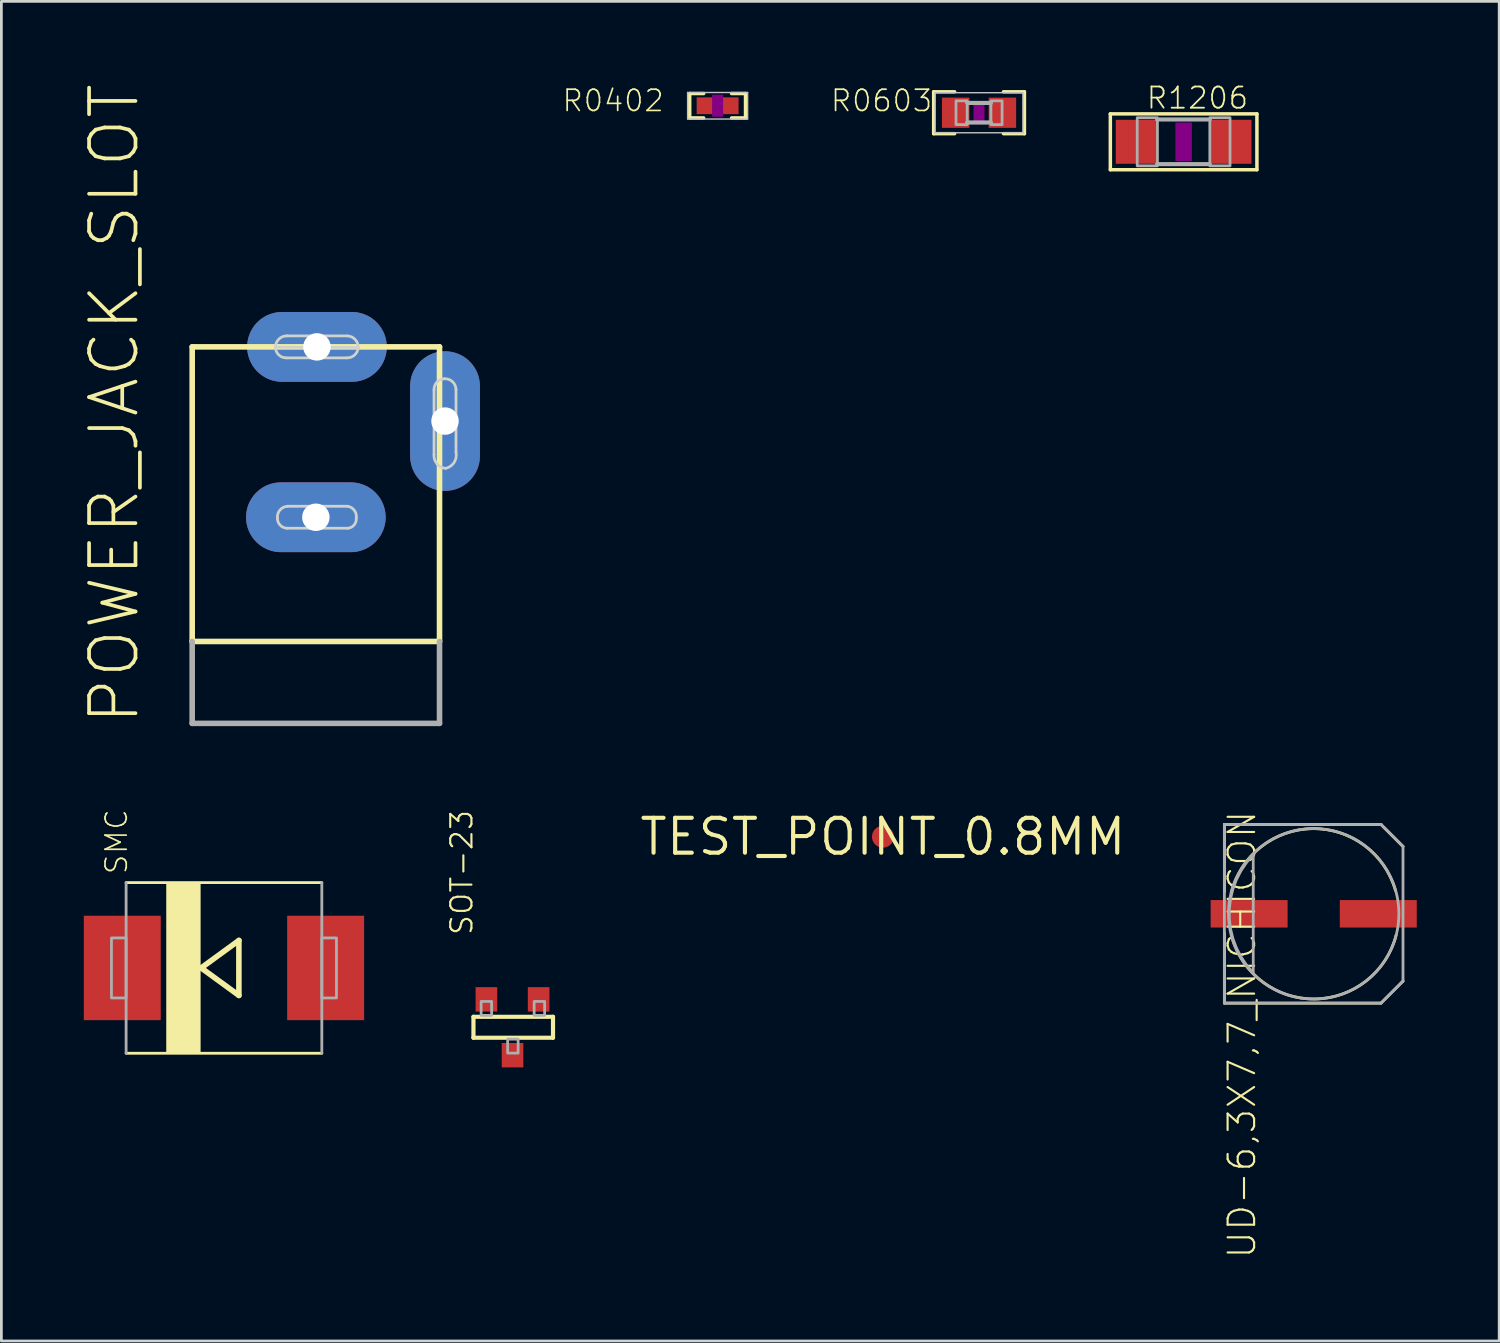
<source format=kicad_pcb>
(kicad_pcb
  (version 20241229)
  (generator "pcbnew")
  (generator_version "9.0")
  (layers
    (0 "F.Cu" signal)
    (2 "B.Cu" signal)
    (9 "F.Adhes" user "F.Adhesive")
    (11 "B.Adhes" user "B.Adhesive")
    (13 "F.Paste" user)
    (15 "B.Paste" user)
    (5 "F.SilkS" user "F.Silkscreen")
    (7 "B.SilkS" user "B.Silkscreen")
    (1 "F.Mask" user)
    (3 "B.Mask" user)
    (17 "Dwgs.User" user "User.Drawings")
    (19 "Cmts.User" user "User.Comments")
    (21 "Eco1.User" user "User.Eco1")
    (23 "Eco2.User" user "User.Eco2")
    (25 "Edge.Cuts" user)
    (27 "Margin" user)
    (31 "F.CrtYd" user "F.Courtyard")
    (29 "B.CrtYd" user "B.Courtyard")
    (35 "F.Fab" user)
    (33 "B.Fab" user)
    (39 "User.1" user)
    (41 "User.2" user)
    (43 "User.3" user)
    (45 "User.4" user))
  (footprint "R0603"
    (layer "F.Cu")
    (at 32.577 1.052)
    (property "Reference" "R0603" (at -1.651 -0.889 180) (layer "F.SilkS") (effects (font (size 0.772 0.772) (thickness 0.062)) (justify right top)))
    (attr through_hole)
    (fp_line (start -1.651 -0.762) (end -1.651 0.762) (stroke (width 0.127) (type solid)) (layer "F.SilkS"))
    (fp_line (start -1.651 0.762) (end -0.889 0.762) (stroke (width 0.127) (type solid)) (layer "F.SilkS"))
    (fp_line (start -0.889 -0.762) (end -1.651 -0.762) (stroke (width 0.127) (type solid)) (layer "F.SilkS"))
    (fp_line (start 0.889 -0.762) (end 1.651 -0.762) (stroke (width 0.127) (type solid)) (layer "F.SilkS"))
    (fp_line (start 1.651 -0.762) (end 1.651 0.762) (stroke (width 0.127) (type solid)) (layer "F.SilkS"))
    (fp_line (start 1.651 0.762) (end 0.889 0.762) (stroke (width 0.127) (type solid)) (layer "F.SilkS"))
    (fp_poly (pts (xy -0.2 0.4) (xy 0.2 0.4) (xy 0.2 -0.4) (xy -0.2 -0.4)) (stroke (width 0) (type solid)) (fill yes) (layer "F.Adhes"))
    (fp_line (start -1.6 -0.729) (end 1.6 -0.729) (stroke (width 0.051) (type solid)) (layer "Dwgs.User"))
    (fp_line (start -1.6 0.729) (end -1.6 -0.729) (stroke (width 0.051) (type solid)) (layer "Dwgs.User"))
    (fp_line (start 1.6 -0.729) (end 1.6 0.729) (stroke (width 0.051) (type solid)) (layer "Dwgs.User"))
    (fp_line (start 1.6 0.729) (end -1.6 0.729) (stroke (width 0.051) (type solid)) (layer "Dwgs.User"))
    (fp_line (start -0.432 0.356) (end 0.432 0.356) (stroke (width 0.152) (type solid)) (layer "F.Fab"))
    (fp_line (start 0.432 -0.356) (end -0.432 -0.356) (stroke (width 0.152) (type solid)) (layer "F.Fab"))
    (fp_poly (pts (xy -0.838 0.432) (xy -0.432 0.432) (xy -0.432 -0.432) (xy -0.838 -0.432)) (stroke (width 0.1) (type solid)) (fill no) (layer "F.Fab"))
    (fp_poly (pts (xy 0.432 0.432) (xy 0.838 0.432) (xy 0.838 -0.432) (xy 0.432 -0.432)) (stroke (width 0.1) (type solid)) (fill no) (layer "F.Fab"))
    (pad "1" smd rect (at -0.85 0) (size 1 1.1) (layers "F.Cu" "F.Mask" "F.Paste"))
    (pad "2" smd rect (at 0.85 0) (size 1 1.1) (layers "F.Cu" "F.Mask" "F.Paste")))
  (footprint "SOT-23"
    (layer "F.Cu")
    (at 15.601 34.332)
    (property "Reference" "SOT-23" (at -1.397 -3.302 90) (layer "F.SilkS") (effects (font (size 0.772 0.772) (thickness 0.077)) (justify left bottom)))
    (attr through_hole)
    (fp_line (start -1.422 -0.381) (end 1.473 -0.381) (stroke (width 0.152) (type solid)) (layer "F.SilkS"))
    (fp_line (start -1.422 0.381) (end -1.422 -0.381) (stroke (width 0.152) (type solid)) (layer "F.SilkS"))
    (fp_line (start 1.473 -0.381) (end 1.473 0.381) (stroke (width 0.152) (type solid)) (layer "F.SilkS"))
    (fp_line (start 1.473 0.381) (end -1.422 0.381) (stroke (width 0.152) (type solid)) (layer "F.SilkS"))
    (fp_poly (pts (xy -1.143 -0.432) (xy -0.762 -0.432) (xy -0.762 -0.94) (xy -1.143 -0.94)) (stroke (width 0.1) (type solid)) (fill no) (layer "F.Fab"))
    (fp_poly (pts (xy -0.178 0.94) (xy 0.203 0.94) (xy 0.203 0.432) (xy -0.178 0.432)) (stroke (width 0.1) (type solid)) (fill no) (layer "F.Fab"))
    (fp_poly (pts (xy 0.787 -0.432) (xy 1.168 -0.432) (xy 1.168 -0.94) (xy 0.787 -0.94)) (stroke (width 0.1) (type solid)) (fill no) (layer "F.Fab"))
    (pad "1" smd rect (at 0 1.016) (size 0.787 0.889) (layers "F.Cu" "F.Mask" "F.Paste"))
    (pad "2" smd rect (at -0.95 -1.016) (size 0.787 0.889) (layers "F.Cu" "F.Mask" "F.Paste"))
    (pad "3" smd rect (at 0.95 -1.016) (size 0.787 0.889) (layers "F.Cu" "F.Mask" "F.Paste")))
  (footprint "TEST_POINT_0.8MM"
    (layer "F.Cu")
    (at 29.078 27.399)
    (property "Reference" "TEST_POINT_0.8MM" (at 0 0 0) (layer "F.SilkS") (effects (font (size 1.27 1.27) (thickness 0.15))))
    (attr through_hole)
    (pad "P$1" smd roundrect (at 0 0) (size 0.8 0.8) (layers "F.Cu" "F.Mask") (roundrect_rratio 0.5)))
  (footprint "R1206"
    (layer "F.Cu")
    (at 40.022 2.11)
    (property "Reference" "R1206" (at -1.397 -1.143 0) (layer "F.SilkS") (effects (font (size 0.772 0.772) (thickness 0.065)) (justify left bottom)))
    (attr through_hole)
    (fp_line (start -2.667 -1.016) (end 2.667 -1.016) (stroke (width 0.127) (type solid)) (layer "F.SilkS"))
    (fp_line (start -2.667 1.016) (end -2.667 -1.016) (stroke (width 0.127) (type solid)) (layer "F.SilkS"))
    (fp_line (start 2.667 -1.016) (end 2.667 1.016) (stroke (width 0.127) (type solid)) (layer "F.SilkS"))
    (fp_line (start 2.667 1.016) (end -2.667 1.016) (stroke (width 0.127) (type solid)) (layer "F.SilkS"))
    (fp_poly (pts (xy -0.3 0.7) (xy 0.3 0.7) (xy 0.3 -0.7) (xy -0.3 -0.7)) (stroke (width 0) (type solid)) (fill yes) (layer "F.Adhes"))
    (fp_line (start 0.953 -0.813) (end -0.965 -0.813) (stroke (width 0.152) (type solid)) (layer "F.Fab"))
    (fp_line (start 0.953 0.813) (end -0.965 0.813) (stroke (width 0.152) (type solid)) (layer "F.Fab"))
    (fp_poly (pts (xy -1.689 0.876) (xy -0.953 0.876) (xy -0.953 -0.876) (xy -1.689 -0.876)) (stroke (width 0.1) (type solid)) (fill no) (layer "F.Fab"))
    (fp_poly (pts (xy 0.953 0.876) (xy 1.689 0.876) (xy 1.689 -0.876) (xy 0.953 -0.876)) (stroke (width 0.1) (type solid)) (fill no) (layer "F.Fab"))
    (pad "1" smd rect (at -1.71 0) (size 1.52 1.6) (layers "F.Cu" "F.Mask" "F.Paste"))
    (pad "2" smd rect (at 1.71 0) (size 1.52 1.6) (layers "F.Cu" "F.Mask" "F.Paste")))
  (footprint "R0402"
    (layer "F.Cu")
    (at 23.064 0.798)
    (property "Reference" "R0402" (at -1.905 -0.635 0) (layer "F.SilkS") (effects (font (size 0.772 0.772) (thickness 0.062)) (justify right top)))
    (attr through_hole)
    (fp_line (start -1.016 -0.445) (end -1.016 0.445) (stroke (width 0.127) (type solid)) (layer "F.SilkS"))
    (fp_line (start -1.016 0.445) (end -0.508 0.445) (stroke (width 0.127) (type solid)) (layer "F.SilkS"))
    (fp_line (start -0.508 -0.445) (end -1.016 -0.445) (stroke (width 0.127) (type solid)) (layer "F.SilkS"))
    (fp_line (start 0.508 0.445) (end 1.016 0.445) (stroke (width 0.127) (type solid)) (layer "F.SilkS"))
    (fp_line (start 1.016 -0.445) (end 0.508 -0.445) (stroke (width 0.127) (type solid)) (layer "F.SilkS"))
    (fp_line (start 1.016 0.445) (end 1.016 -0.445) (stroke (width 0.127) (type solid)) (layer "F.SilkS"))
    (fp_poly (pts (xy -0.2 0.4) (xy 0.2 0.4) (xy 0.2 -0.4) (xy -0.2 -0.4)) (stroke (width 0) (type solid)) (fill yes) (layer "F.Adhes"))
    (fp_line (start -1.092 -0.483) (end 1.092 -0.483) (stroke (width 0.051) (type solid)) (layer "Dwgs.User"))
    (fp_line (start -1.092 0.483) (end -1.092 -0.483) (stroke (width 0.051) (type solid)) (layer "Dwgs.User"))
    (fp_line (start 1.092 -0.483) (end 1.092 0.483) (stroke (width 0.051) (type solid)) (layer "Dwgs.User"))
    (fp_line (start 1.092 0.483) (end -1.092 0.483) (stroke (width 0.051) (type solid)) (layer "Dwgs.User"))
    (pad "1" smd rect (at -0.457 0) (size 0.61 0.61) (layers "F.Cu" "F.Mask" "F.Paste"))
    (pad "2" smd rect (at 0.457 0) (size 0.61 0.61) (layers "F.Cu" "F.Mask" "F.Paste")))
  (footprint "SMC"
    (layer "F.Cu")
    (at 5.1 32.173)
    (property "Reference" "SMC" (at -3.459 -3.359 90) (layer "F.SilkS") (effects (font (size 0.772 0.772) (thickness 0.062)) (justify left bottom)))
    (attr through_hole)
    (fp_line (start -3.561 -3.105) (end 3.561 -3.105) (stroke (width 0.102) (type solid)) (layer "F.SilkS"))
    (fp_line (start -3.561 3.105) (end 3.561 3.105) (stroke (width 0.102) (type solid)) (layer "F.SilkS"))
    (fp_line (start -0.83 0) (end 0.543 1) (stroke (width 0.203) (type solid)) (layer "F.SilkS"))
    (fp_line (start 0.543 -1) (end -0.83 0) (stroke (width 0.203) (type solid)) (layer "F.SilkS"))
    (fp_line (start 0.543 1) (end 0.543 -1) (stroke (width 0.203) (type solid)) (layer "F.SilkS"))
    (fp_poly (pts (xy -2.1 3.1) (xy -0.85 3.1) (xy -0.85 -3.1) (xy -2.1 -3.1)) (stroke (width 0) (type solid)) (fill yes) (layer "F.SilkS"))
    (fp_line (start -3.561 3.105) (end -3.561 -3.105) (stroke (width 0.102) (type solid)) (layer "F.Fab"))
    (fp_line (start 3.561 3.105) (end 3.561 -3.105) (stroke (width 0.102) (type solid)) (layer "F.Fab"))
    (fp_poly (pts (xy -4.094 1.092) (xy -3.561 1.092) (xy -3.561 -1.092) (xy -4.094 -1.092)) (stroke (width 0.1) (type solid)) (fill no) (layer "F.Fab"))
    (fp_poly (pts (xy 3.561 1.092) (xy 4.094 1.092) (xy 4.094 -1.092) (xy 3.561 -1.092)) (stroke (width 0.1) (type solid)) (fill no) (layer "F.Fab"))
    (pad "1" smd rect (at -3.7 0) (size 2.8 3.8) (layers "F.Cu" "F.Mask" "F.Paste"))
    (pad "2" smd rect (at 3.7 0) (size 2.8 3.8) (layers "F.Cu" "F.Mask" "F.Paste")))
  (footprint "UD-6,3X7,7_NICHICON"
    (layer "F.Cu")
    (at 44.755 30.203)
    (property "Reference" "UD-6,3X7,7_NICHICON" (at -3.175 -3.81 270) (layer "F.SilkS") (effects (font (size 0.965 0.965) (thickness 0.077)) (justify right top)))
    (attr through_hole)
    (fp_line (start -3.25 -3.25) (end 2.45 -3.25) (stroke (width 0.102) (type solid)) (layer "F.SilkS"))
    (fp_line (start -3.25 -0.8) (end -3.25 -3.25) (stroke (width 0.102) (type solid)) (layer "F.SilkS"))
    (fp_line (start -3.25 3.25) (end -3.25 0.7) (stroke (width 0.102) (type solid)) (layer "F.SilkS"))
    (fp_line (start 2.45 -3.25) (end 3.25 -2.45) (stroke (width 0.102) (type solid)) (layer "F.SilkS"))
    (fp_line (start 2.45 3.25) (end -3.25 3.25) (stroke (width 0.102) (type solid)) (layer "F.SilkS"))
    (fp_line (start 3.25 2.45) (end 2.45 3.25) (stroke (width 0.102) (type solid)) (layer "F.SilkS"))
    (fp_arc (start -3 -0.775) (mid -0.04121 -3.099781) (end 2.975001 -0.85) (stroke (width 0.1016) (type solid)) (layer "F.SilkS"))
    (fp_arc (start 3 0.775) (mid 0.04121 3.099781) (end -2.975001 0.85) (stroke (width 0.1016) (type solid)) (layer "F.SilkS"))
    (fp_line (start -3.25 -3.25) (end 2.45 -3.25) (stroke (width 0.102) (type solid)) (layer "F.Fab"))
    (fp_line (start -3.25 3.25) (end -3.25 -3.25) (stroke (width 0.102) (type solid)) (layer "F.Fab"))
    (fp_line (start 2.45 -3.25) (end 3.25 -2.45) (stroke (width 0.102) (type solid)) (layer "F.Fab"))
    (fp_line (start 2.45 3.25) (end -3.25 3.25) (stroke (width 0.102) (type solid)) (layer "F.Fab"))
    (fp_line (start 3.25 -2.45) (end 3.25 2.45) (stroke (width 0.102) (type solid)) (layer "F.Fab"))
    (fp_line (start 3.25 2.45) (end 2.45 3.25) (stroke (width 0.102) (type solid)) (layer "F.Fab"))
    (fp_circle (center 0 0) (end 3.1 0) (stroke (width 0.102) (type solid)) (fill no) (layer "F.Fab"))
    (fp_poly (pts (xy -2.2 -2.15) (xy -2.2 -2.15) (xy -2.44 -1.873) (xy -2.645 -1.57) (xy -2.812 -1.245) (xy -2.94 -0.902) (xy -3.026 -0.546) (xy -3.07 -0.183) (xy -3.07 0.183) (xy -3.026 0.546) (xy -2.94 0.902) (xy -2.812 1.245) (xy -2.645 1.57) (xy -2.44 1.873) (xy -2.2 2.15)) (stroke (width 0.1) (type solid)) (fill no) (layer "F.Fab"))
    (pad "1" smd rect (at 2.35 0) (size 2.8 1) (layers "F.Cu" "F.Mask" "F.Paste"))
    (pad "2" smd rect (at -2.35 0) (size 2.8 1) (layers "F.Cu" "F.Mask" "F.Paste")))
  (footprint "POWER_JACK_SLOT"
    (layer "F.Cu")
    (at 8.444 15.773)
    (property "Reference" "POWER_JACK_SLOT" (at -6.35 7.62 90) (layer "F.SilkS") (effects (font (size 1.689 1.689) (thickness 0.135)) (justify left bottom)))
    (attr through_hole)
    (fp_line (start -4.5 -6.2) (end -4.5 4.52) (stroke (width 0.203) (type solid)) (layer "F.SilkS"))
    (fp_line (start -4.5 4.52) (end 4.5 4.52) (stroke (width 0.203) (type solid)) (layer "F.SilkS"))
    (fp_line (start 4.5 -6.2) (end -4.5 -6.2) (stroke (width 0.203) (type solid)) (layer "F.SilkS"))
    (fp_line (start 4.5 4.52) (end 4.5 -6.2) (stroke (width 0.203) (type solid)) (layer "F.SilkS"))
    (fp_line (start -1.47 -6.19) (end 1.54 -6.18) (stroke (width 0.1) (type solid)) (layer "Edge.Cuts"))
    (fp_line (start -1.06 -6.6) (end 1.14 -6.6) (stroke (width 0.1) (type solid)) (layer "Edge.Cuts"))
    (fp_line (start -1.04 -0.4) (end 1.16 -0.4) (stroke (width 0.1) (type solid)) (layer "Edge.Cuts"))
    (fp_line (start 1.12 -5.8) (end -1.08 -5.8) (stroke (width 0.1) (type solid)) (layer "Edge.Cuts"))
    (fp_line (start 1.16 0.4) (end -1.04 0.4) (stroke (width 0.1) (type solid)) (layer "Edge.Cuts"))
    (fp_line (start 4.3 -2.28) (end 4.3 -4.64) (stroke (width 0.1) (type solid)) (layer "Edge.Cuts"))
    (fp_line (start 5.1 -4.66) (end 5.1 -2.36) (stroke (width 0.1) (type solid)) (layer "Edge.Cuts"))
    (fp_arc (start -1.47 -6.19) (mid -1.349914 -6.479914) (end -1.06 -6.6) (stroke (width 0.1) (type solid)) (layer "Edge.Cuts"))
    (fp_arc (start -1.4 0.03) (mid -1.309055 -0.259558) (end -1.039999 -0.399999) (stroke (width 0.1) (type solid)) (layer "Edge.Cuts"))
    (fp_arc (start -1.08 -5.8) (mid -1.355772 -5.914228) (end -1.47 -6.19) (stroke (width 0.1) (type solid)) (layer "Edge.Cuts"))
    (fp_arc (start -1.04 0.4) (mid -1.29663 0.289558) (end -1.400001 0.029999) (stroke (width 0.1) (type solid)) (layer "Edge.Cuts"))
    (fp_arc (start 1.14 -6.6) (mid 1.426985 -6.472843) (end 1.54 -6.18) (stroke (width 0.1) (type solid)) (layer "Edge.Cuts"))
    (fp_arc (start 1.16 -0.4) (mid 1.406128 -0.244203) (end 1.470001 0.040001) (stroke (width 0.1) (type solid)) (layer "Edge.Cuts"))
    (fp_arc (start 1.47 0.04) (mid 1.389558 0.284203) (end 1.159999 0.399999) (stroke (width 0.1) (type solid)) (layer "Edge.Cuts"))
    (fp_arc (start 1.54 -6.18) (mid 1.408701 -5.903015) (end 1.12 -5.8) (stroke (width 0.1) (type solid)) (layer "Edge.Cuts"))
    (fp_arc (start 4.3 -4.64) (mid 4.407157 -4.918701) (end 4.68 -5.04) (stroke (width 0.1) (type solid)) (layer "Edge.Cuts"))
    (fp_arc (start 4.68 -5.04) (mid 4.968701 -4.936985) (end 5.1 -4.66) (stroke (width 0.1) (type solid)) (layer "Edge.Cuts"))
    (fp_arc (start 4.72 -1.78) (mid 4.406447 -1.943015) (end 4.3 -2.28) (stroke (width 0.1) (type solid)) (layer "Edge.Cuts"))
    (fp_arc (start 5.1 -2.36) (mid 5.030122 -1.991299) (end 4.72 -1.78) (stroke (width 0.1) (type solid)) (layer "Edge.Cuts"))
    (fp_line (start -4.5 4.52) (end -4.5 7.5) (stroke (width 0.203) (type solid)) (layer "F.Fab"))
    (fp_line (start 4.5 7.5) (end -4.5 7.5) (stroke (width 0.203) (type solid)) (layer "F.Fab"))
    (fp_line (start 4.5 7.5) (end 4.5 4.52) (stroke (width 0.203) (type solid)) (layer "F.Fab"))
    (pad "GND@1" thru_hole oval (at 0 0) (size 5.08 2.54) (drill 1) (layers "*.Cu" "*.Mask"))
    (pad "GND@2" thru_hole oval (at 4.7 -3.5 90) (size 5.08 2.54) (drill 1) (layers "*.Cu" "*.Mask"))
    (pad "PWR" thru_hole oval (at 0.04 -6.2) (size 5.08 2.54) (drill 1) (layers "*.Cu" "*.Mask")))
  (gr_rect
    (start -3 -3)
    (end 51.505 45.748)
    (stroke (width 0.1) (type default))
    (fill no)
    (layer "Edge.Cuts")))
</source>
